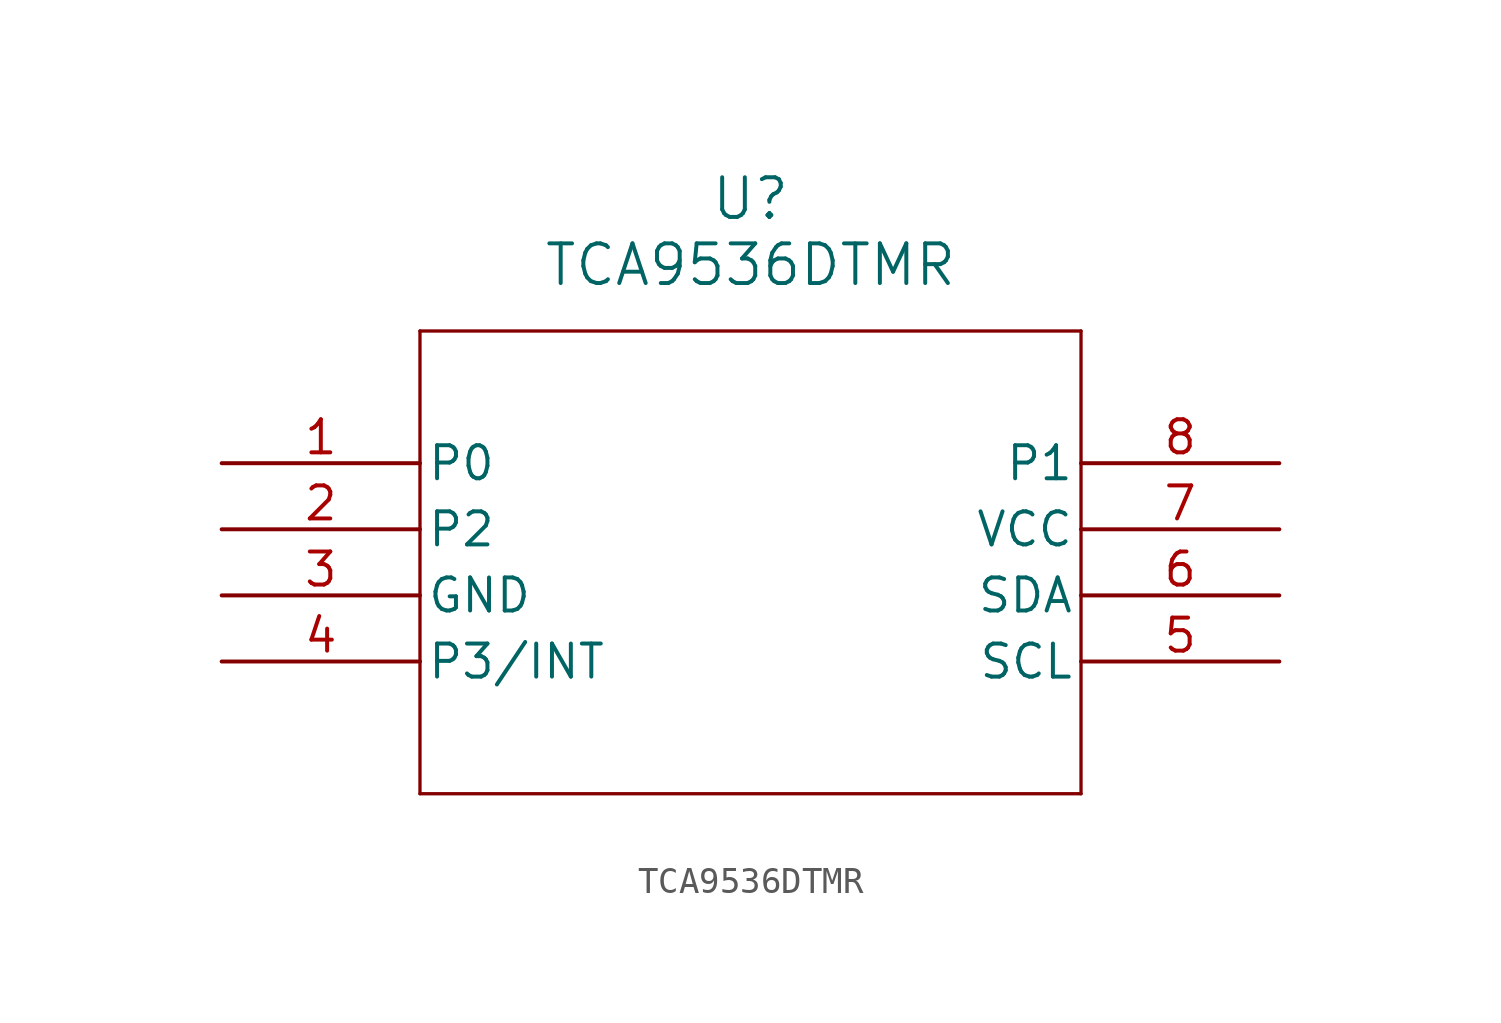
<source format=kicad_sym>
(kicad_symbol_lib
  (version 20211014)
  (generator kicad_symbol_editor)
  (symbol "TCA9536DTMR"
    (pin_names
      (offset 0.254))
    (property "Reference" "U"
      (at 20.32 10.16 0)
      (effects (font (size 1.524 1.524))))
    (property "Value" "TCA9536DTMR"
      (at 20.32 7.62 0)
      (effects (font (size 1.524 1.524))))
    (symbol "TCA9536DTMR_0_1"
      (polyline (pts (xy 7.62 5.08) (xy 7.62 -12.7)) (stroke (width 0.127) (type default) (color 0 0 0 0)) (fill (type none)))
      (polyline (pts (xy 7.62 -12.7) (xy 33.02 -12.7)) (stroke (width 0.127) (type default) (color 0 0 0 0)) (fill (type none)))
      (polyline (pts (xy 33.02 -12.7) (xy 33.02 5.08)) (stroke (width 0.127) (type default) (color 0 0 0 0)) (fill (type none)))
      (polyline (pts (xy 33.02 5.08) (xy 7.62 5.08)) (stroke (width 0.127) (type default) (color 0 0 0 0)) (fill (type none)))
      (pin bidirectional line (at 0 0 0) (length 7.62) (name "P0" (effects (font (size 1.27 1.27)))) (number "1" (effects (font (size 1.27 1.27)))))
      (pin bidirectional line (at 0 -2.54 0) (length 7.62) (name "P2" (effects (font (size 1.27 1.27)))) (number "2" (effects (font (size 1.27 1.27)))))
      (pin power_out line (at 0 -5.08 0) (length 7.62) (name "GND" (effects (font (size 1.27 1.27)))) (number "3" (effects (font (size 1.27 1.27)))))
      (pin bidirectional line (at 0 -7.62 0) (length 7.62) (name "P3/INT" (effects (font (size 1.27 1.27)))) (number "4" (effects (font (size 1.27 1.27)))))
      (pin bidirectional line (at 40.64 -7.62 180) (length 7.62) (name "SCL" (effects (font (size 1.27 1.27)))) (number "5" (effects (font (size 1.27 1.27)))))
      (pin bidirectional line (at 40.64 -5.08 180) (length 7.62) (name "SDA" (effects (font (size 1.27 1.27)))) (number "6" (effects (font (size 1.27 1.27)))))
      (pin power_in line (at 40.64 -2.54 180) (length 7.62) (name "VCC" (effects (font (size 1.27 1.27)))) (number "7" (effects (font (size 1.27 1.27)))))
      (pin bidirectional line (at 40.64 0 180) (length 7.62) (name "P1" (effects (font (size 1.27 1.27)))) (number "8" (effects (font (size 1.27 1.27))))))))
</source>
